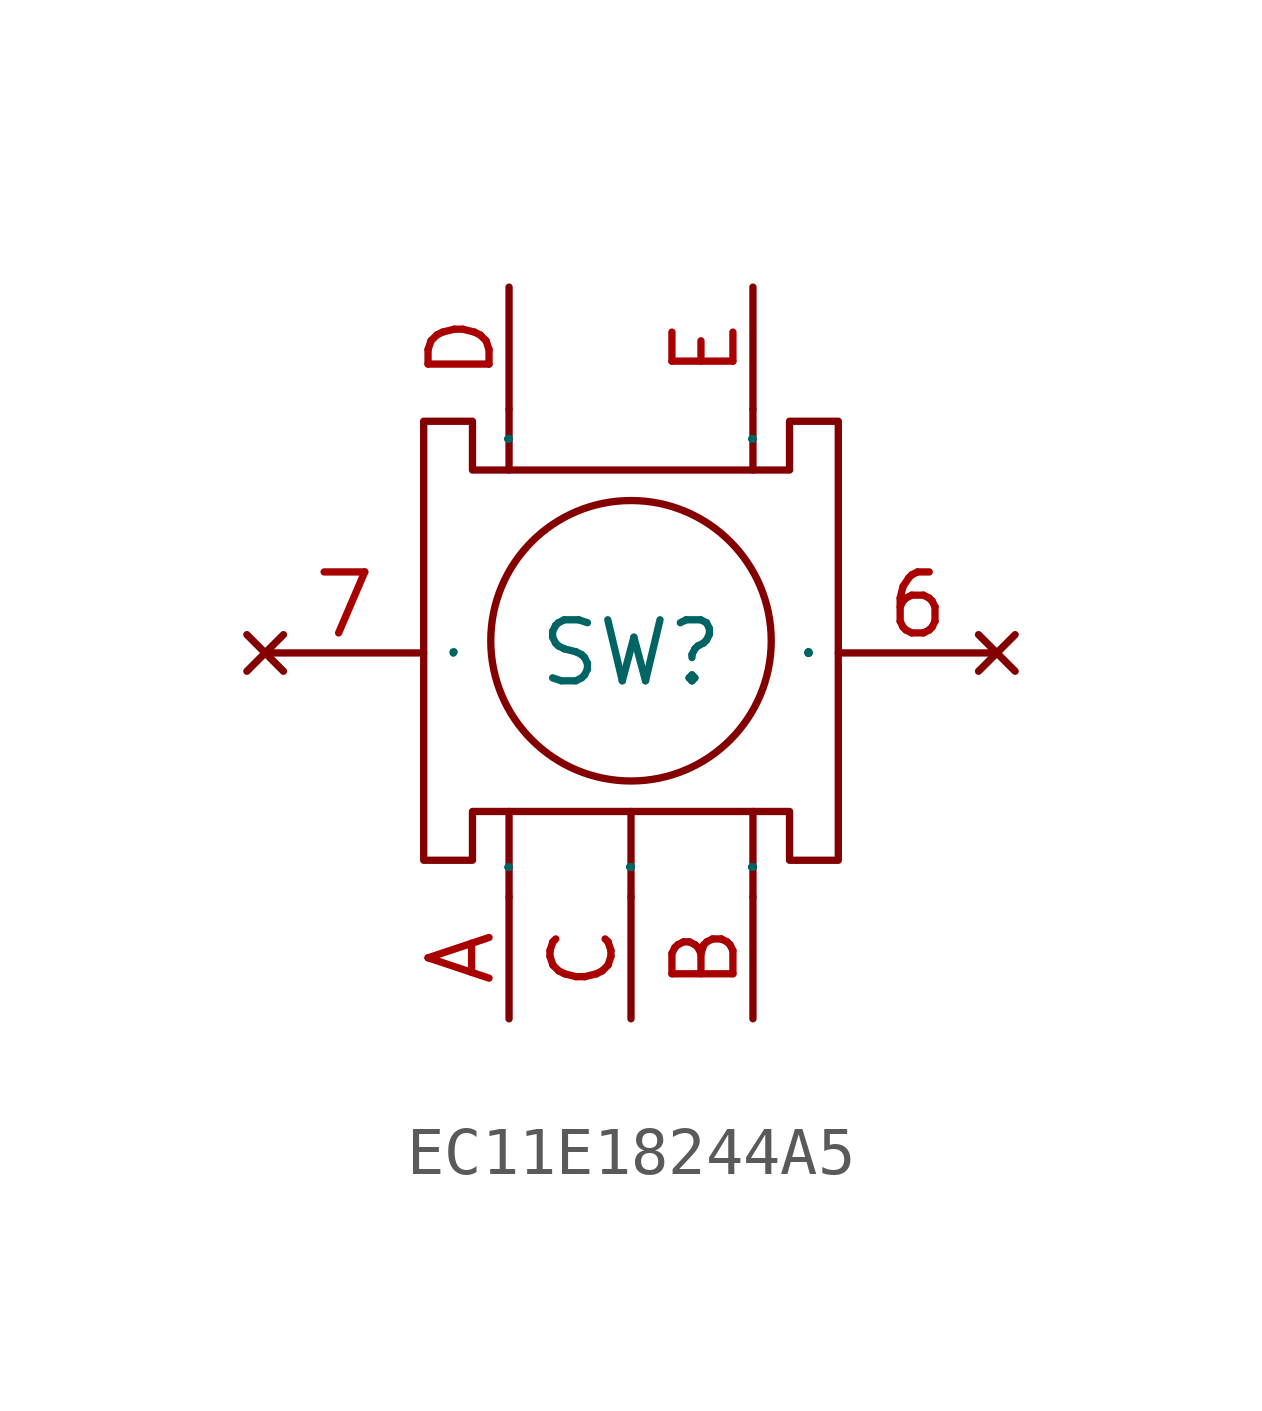
<source format=kicad_sym>
(kicad_symbol_lib
  (version 20241209)
  (generator "kicad_symbol_editor")
  (generator_version "9.0")
  (symbol "EC11E18244A5"
    (property "Reference" "SW"
      (at 0 0 0)
      (effects (font (size 1.27 1.27))))
    (property "Value" ""
      (at 0 0 0)
      (effects (font (size 1.27 1.27))))
    (symbol "EC11E18244A5_1_0"
      (polyline (pts (xy -4.318 -4.318) (xy -3.556 -4.318) (xy -3.556 -4.318) (xy -3.302 -4.318) (xy -3.302 -4.318) (xy -3.302 -3.302) (xy -3.302 -3.302) (xy 3.302 -3.302) (xy 3.302 -3.302) (xy 3.302 -4.318) (xy 3.302 -4.318) (xy 4.318 -4.318) (xy 4.318 -4.318) (xy 4.318 4.826) (xy 4.318 4.826) (xy 3.302 4.826) (xy 3.302 4.826) (xy 3.302 3.81) (xy 3.302 3.81) (xy -3.302 3.81) (xy -3.302 3.81) (xy -3.302 4.826) (xy -3.302 4.826) (xy -4.318 4.826) (xy -4.318 4.826) (xy -4.318 -4.318)) (stroke (width 0) (type default)) (fill (type none)))
      (polyline (pts (xy -2.54 3.81) (xy -2.54 5.08)) (stroke (width 0) (type default)) (fill (type none)))
      (polyline (pts (xy -2.54 -3.302) (xy -2.54 -5.08) (xy -2.54 -5.08) (xy -2.54 -5.08)) (stroke (width 0) (type default)) (fill (type none)))
      (circle (center 0 0.254) (radius 2.921) (stroke (width 0) (type default)) (fill (type none)))
      (polyline (pts (xy 0 -3.302) (xy 0 -5.08)) (stroke (width 0) (type default)) (fill (type none)))
      (polyline (pts (xy 2.54 3.81) (xy 2.54 5.08)) (stroke (width 0) (type default)) (fill (type none)))
      (polyline (pts (xy 2.54 -3.302) (xy 2.54 -5.08)) (stroke (width 0) (type default)) (fill (type none)))
      (pin no_connect line (at -7.62 0 0) (length 3.302) (name "7" (effects (font (size 0.025 0.025)))) (number "7" (effects (font (size 1.27 1.27)))))
      (pin input line (at -2.54 7.62 270) (length 2.54) (name "D" (effects (font (size 0.025 0.025)))) (number "D" (effects (font (size 1.27 1.27)))))
      (pin input line (at -2.54 -7.62 90) (length 2.54) (name "A" (effects (font (size 0.025 0.025)))) (number "A" (effects (font (size 1.27 1.27)))))
      (pin input line (at 0 -7.62 90) (length 2.54) (name "C" (effects (font (size 0.025 0.025)))) (number "C" (effects (font (size 1.27 1.27)))))
      (pin input line (at 2.54 7.62 270) (length 2.54) (name "E" (effects (font (size 0.025 0.025)))) (number "E" (effects (font (size 1.27 1.27)))))
      (pin input line (at 2.54 -7.62 90) (length 2.54) (name "B" (effects (font (size 0.025 0.025)))) (number "B" (effects (font (size 1.27 1.27)))))
      (pin no_connect line (at 7.62 0 180) (length 3.302) (name "6" (effects (font (size 0.025 0.025)))) (number "6" (effects (font (size 1.27 1.27))))))))
</source>
